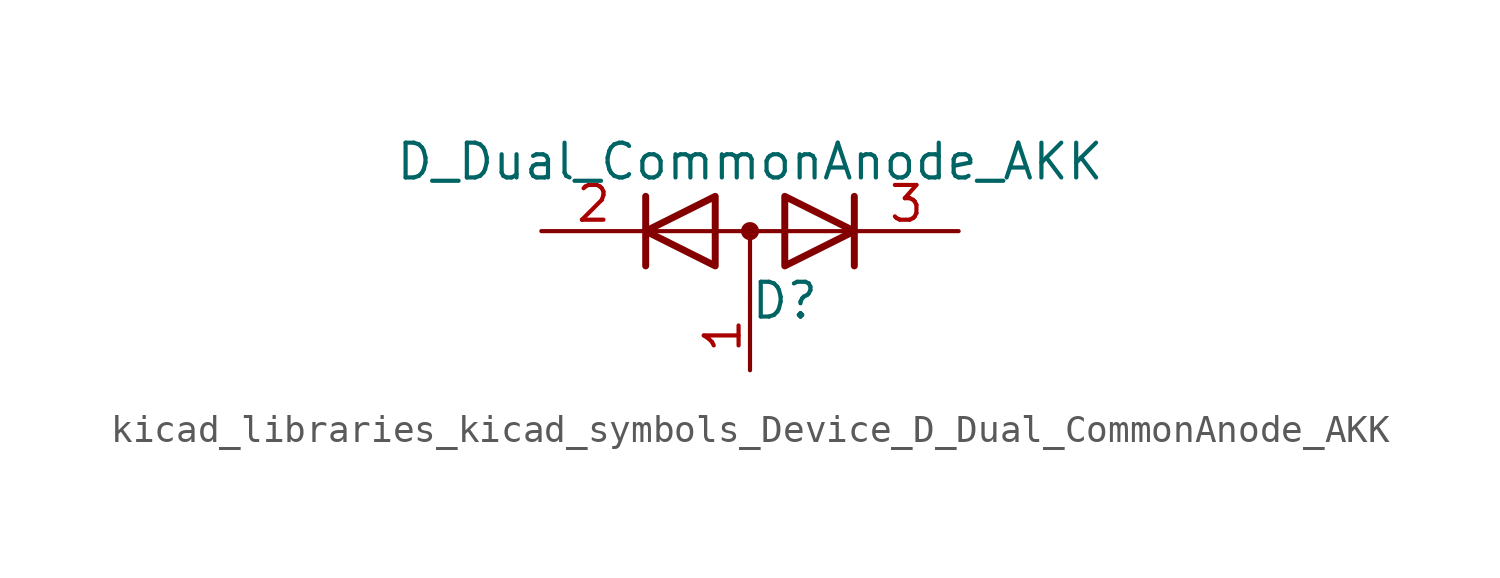
<source format=kicad_sym>
(kicad_symbol_lib
  (version 20220914)
  (generator kicad_symbol_editor)
  (symbol "kicad_libraries_kicad_symbols_Device_D_Dual_CommonAnode_AKK"
    (pin_names
      (offset 0.762) hide)
    (property "Reference" "D"
      (at 1.27 -2.54 0)
      (effects (font (size 1.27 1.27))))
    (property "Value" "D_Dual_CommonAnode_AKK"
      (at 0 2.54 0)
      (effects (font (size 1.27 1.27))))
    (symbol "kicad_libraries_kicad_symbols_Device_D_Dual_CommonAnode_AKK_0_1"
      (polyline (pts (xy -3.556 0) (xy 3.81 0)) (stroke (width 0) (type default)) (fill (type none)))
      (polyline (pts (xy 0 0) (xy 0 -2.54)) (stroke (width 0) (type default)) (fill (type none)))
      (polyline (pts (xy -3.81 1.27) (xy -3.81 -1.27) (xy -3.81 -1.27)) (stroke (width 0.254) (type default)) (fill (type none)))
      (polyline (pts (xy 3.81 1.27) (xy 3.81 -1.27) (xy 3.81 -1.27)) (stroke (width 0.254) (type default)) (fill (type none)))
      (polyline (pts (xy -1.27 -1.27) (xy -3.81 0) (xy -1.27 1.27) (xy -1.27 -1.27) (xy -1.27 -1.27) (xy -1.27 -1.27)) (stroke (width 0.254) (type default)) (fill (type none)))
      (polyline (pts (xy 1.27 1.27) (xy 3.81 0) (xy 1.27 -1.27) (xy 1.27 1.27) (xy 1.27 1.27) (xy 1.27 1.27)) (stroke (width 0.254) (type default)) (fill (type none)))
      (circle (center 0 0) (radius 0.254) (stroke (width 0) (type default)) (fill (type outline)))
      (pin passive line (at 0 -5.08 90) (length 2.54) (name "A" (effects (font (size 1.27 1.27)))) (number "1" (effects (font (size 1.27 1.27)))))
      (pin passive line (at -7.62 0 0) (length 3.81) (name "K" (effects (font (size 1.27 1.27)))) (number "2" (effects (font (size 1.27 1.27)))))
      (pin passive line (at 7.62 0 180) (length 3.81) (name "K" (effects (font (size 1.27 1.27)))) (number "3" (effects (font (size 1.27 1.27))))))))
</source>
